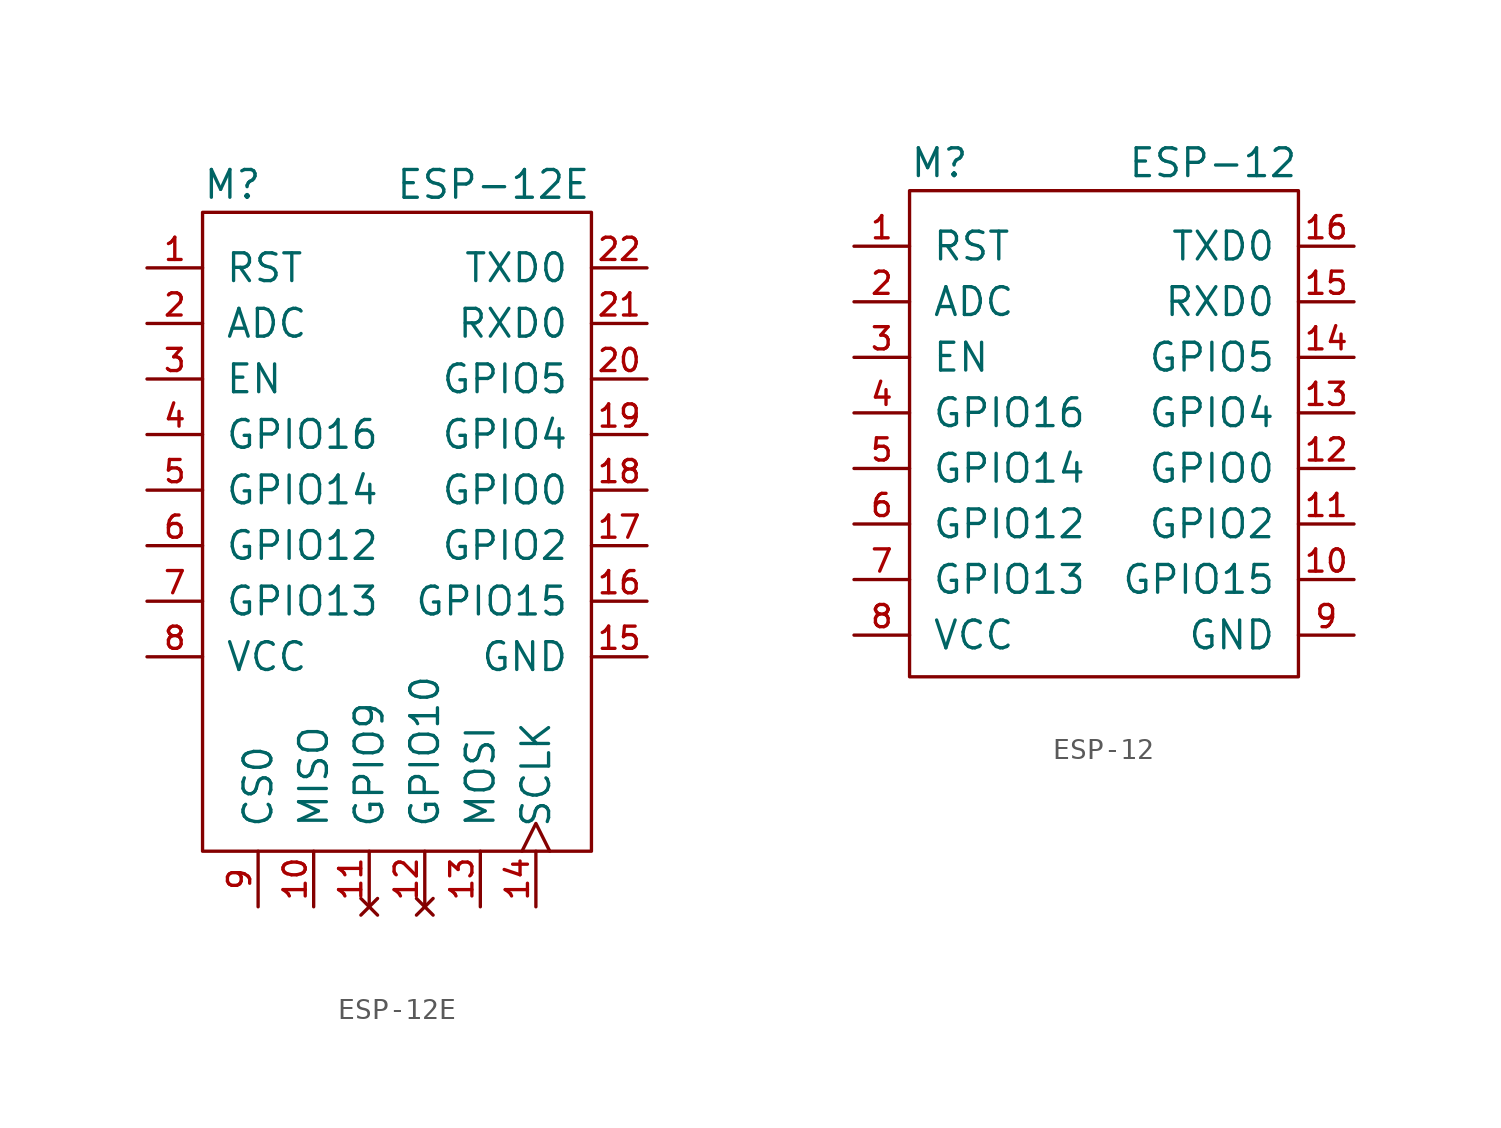
<source format=kicad_sym>
(kicad_symbol_lib
  (version 20211014)
  (generator kicad_symbol_editor)
  (symbol "ESP-12E"
    (pin_names
      (offset 1.016))
    (property "Reference" "M"
      (at -8.89 3.81 0)
      (effects (font (size 1.27 1.27)) (justify left)))
    (property "Value" "ESP-12E"
      (at 8.89 3.81 0)
      (effects (font (size 1.27 1.27)) (justify right)))
    (symbol "ESP-12E_0_1"
      (rectangle (start -8.89 2.54) (end 8.89 -26.67) (stroke (width 0) (type default) (color 0 0 0 0)) (fill (type none))))
    (symbol "ESP-12E_1_1"
      (pin input line (at -11.43 0 0) (length 2.54) (name "RST" (effects (font (size 1.27 1.27)))) (number "1" (effects (font (size 1.016 1.016)))))
      (pin tri_state line (at -3.81 -29.21 90) (length 2.54) (name "MISO" (effects (font (size 1.27 1.27)))) (number "10" (effects (font (size 1.016 1.016)))))
      (pin no_connect line (at -1.27 -29.21 90) (length 2.54) (name "GPIO9" (effects (font (size 1.27 1.27)))) (number "11" (effects (font (size 1.016 1.016)))))
      (pin no_connect line (at 1.27 -29.21 90) (length 2.54) (name "GPIO10" (effects (font (size 1.27 1.27)))) (number "12" (effects (font (size 1.016 1.016)))))
      (pin tri_state line (at 3.81 -29.21 90) (length 2.54) (name "MOSI" (effects (font (size 1.27 1.27)))) (number "13" (effects (font (size 1.016 1.016)))))
      (pin tri_state clock (at 6.35 -29.21 90) (length 2.54) (name "SCLK" (effects (font (size 1.27 1.27)))) (number "14" (effects (font (size 1.016 1.016)))))
      (pin power_in line (at 11.43 -17.78 180) (length 2.54) (name "GND" (effects (font (size 1.27 1.27)))) (number "15" (effects (font (size 1.016 1.016)))))
      (pin tri_state line (at 11.43 -15.24 180) (length 2.54) (name "GPIO15" (effects (font (size 1.27 1.27)))) (number "16" (effects (font (size 1.016 1.016)))))
      (pin tri_state line (at 11.43 -12.7 180) (length 2.54) (name "GPIO2" (effects (font (size 1.27 1.27)))) (number "17" (effects (font (size 1.016 1.016)))))
      (pin tri_state line (at 11.43 -10.16 180) (length 2.54) (name "GPIO0" (effects (font (size 1.27 1.27)))) (number "18" (effects (font (size 1.016 1.016)))))
      (pin tri_state line (at 11.43 -7.62 180) (length 2.54) (name "GPIO4" (effects (font (size 1.27 1.27)))) (number "19" (effects (font (size 1.016 1.016)))))
      (pin passive line (at -11.43 -2.54 0) (length 2.54) (name "ADC" (effects (font (size 1.27 1.27)))) (number "2" (effects (font (size 1.016 1.016)))))
      (pin tri_state line (at 11.43 -5.08 180) (length 2.54) (name "GPIO5" (effects (font (size 1.27 1.27)))) (number "20" (effects (font (size 1.016 1.016)))))
      (pin input line (at 11.43 -2.54 180) (length 2.54) (name "RXD0" (effects (font (size 1.27 1.27)))) (number "21" (effects (font (size 1.016 1.016)))))
      (pin output line (at 11.43 0 180) (length 2.54) (name "TXD0" (effects (font (size 1.27 1.27)))) (number "22" (effects (font (size 1.016 1.016)))))
      (pin input line (at -11.43 -5.08 0) (length 2.54) (name "EN" (effects (font (size 1.27 1.27)))) (number "3" (effects (font (size 1.016 1.016)))))
      (pin tri_state line (at -11.43 -7.62 0) (length 2.54) (name "GPIO16" (effects (font (size 1.27 1.27)))) (number "4" (effects (font (size 1.016 1.016)))))
      (pin tri_state line (at -11.43 -10.16 0) (length 2.54) (name "GPIO14" (effects (font (size 1.27 1.27)))) (number "5" (effects (font (size 1.016 1.016)))))
      (pin tri_state line (at -11.43 -12.7 0) (length 2.54) (name "GPIO12" (effects (font (size 1.27 1.27)))) (number "6" (effects (font (size 1.016 1.016)))))
      (pin tri_state line (at -11.43 -15.24 0) (length 2.54) (name "GPIO13" (effects (font (size 1.27 1.27)))) (number "7" (effects (font (size 1.016 1.016)))))
      (pin power_in line (at -11.43 -17.78 0) (length 2.54) (name "VCC" (effects (font (size 1.27 1.27)))) (number "8" (effects (font (size 1.016 1.016)))))
      (pin tri_state line (at -6.35 -29.21 90) (length 2.54) (name "CS0" (effects (font (size 1.27 1.27)))) (number "9" (effects (font (size 1.016 1.016)))))))
  (symbol "ESP-12"
    (pin_names
      (offset 1.016))
    (property "Reference" "M"
      (at -8.89 3.81 0)
      (effects (font (size 1.27 1.27)) (justify left)))
    (property "Value" "ESP-12"
      (at 8.89 3.81 0)
      (effects (font (size 1.27 1.27)) (justify right)))
    (symbol "ESP-12_0_1"
      (rectangle (start -8.89 2.54) (end 8.89 -19.685) (stroke (width 0) (type default) (color 0 0 0 0)) (fill (type none))))
    (symbol "ESP-12_1_1"
      (pin input line (at -11.43 0 0) (length 2.54) (name "RST" (effects (font (size 1.27 1.27)))) (number "1" (effects (font (size 1.016 1.016)))))
      (pin tri_state line (at 11.43 -15.24 180) (length 2.54) (name "GPIO15" (effects (font (size 1.27 1.27)))) (number "10" (effects (font (size 1.016 1.016)))))
      (pin tri_state line (at 11.43 -12.7 180) (length 2.54) (name "GPIO2" (effects (font (size 1.27 1.27)))) (number "11" (effects (font (size 1.016 1.016)))))
      (pin tri_state line (at 11.43 -10.16 180) (length 2.54) (name "GPIO0" (effects (font (size 1.27 1.27)))) (number "12" (effects (font (size 1.016 1.016)))))
      (pin tri_state line (at 11.43 -7.62 180) (length 2.54) (name "GPIO4" (effects (font (size 1.27 1.27)))) (number "13" (effects (font (size 1.016 1.016)))))
      (pin tri_state line (at 11.43 -5.08 180) (length 2.54) (name "GPIO5" (effects (font (size 1.27 1.27)))) (number "14" (effects (font (size 1.016 1.016)))))
      (pin input line (at 11.43 -2.54 180) (length 2.54) (name "RXD0" (effects (font (size 1.27 1.27)))) (number "15" (effects (font (size 1.016 1.016)))))
      (pin output line (at 11.43 0 180) (length 2.54) (name "TXD0" (effects (font (size 1.27 1.27)))) (number "16" (effects (font (size 1.016 1.016)))))
      (pin passive line (at -11.43 -2.54 0) (length 2.54) (name "ADC" (effects (font (size 1.27 1.27)))) (number "2" (effects (font (size 1.016 1.016)))))
      (pin input line (at -11.43 -5.08 0) (length 2.54) (name "EN" (effects (font (size 1.27 1.27)))) (number "3" (effects (font (size 1.016 1.016)))))
      (pin tri_state line (at -11.43 -7.62 0) (length 2.54) (name "GPIO16" (effects (font (size 1.27 1.27)))) (number "4" (effects (font (size 1.016 1.016)))))
      (pin tri_state line (at -11.43 -10.16 0) (length 2.54) (name "GPIO14" (effects (font (size 1.27 1.27)))) (number "5" (effects (font (size 1.016 1.016)))))
      (pin tri_state line (at -11.43 -12.7 0) (length 2.54) (name "GPIO12" (effects (font (size 1.27 1.27)))) (number "6" (effects (font (size 1.016 1.016)))))
      (pin tri_state line (at -11.43 -15.24 0) (length 2.54) (name "GPIO13" (effects (font (size 1.27 1.27)))) (number "7" (effects (font (size 1.016 1.016)))))
      (pin power_in line (at -11.43 -17.78 0) (length 2.54) (name "VCC" (effects (font (size 1.27 1.27)))) (number "8" (effects (font (size 1.016 1.016)))))
      (pin power_in line (at 11.43 -17.78 180) (length 2.54) (name "GND" (effects (font (size 1.27 1.27)))) (number "9" (effects (font (size 1.016 1.016))))))))
</source>
